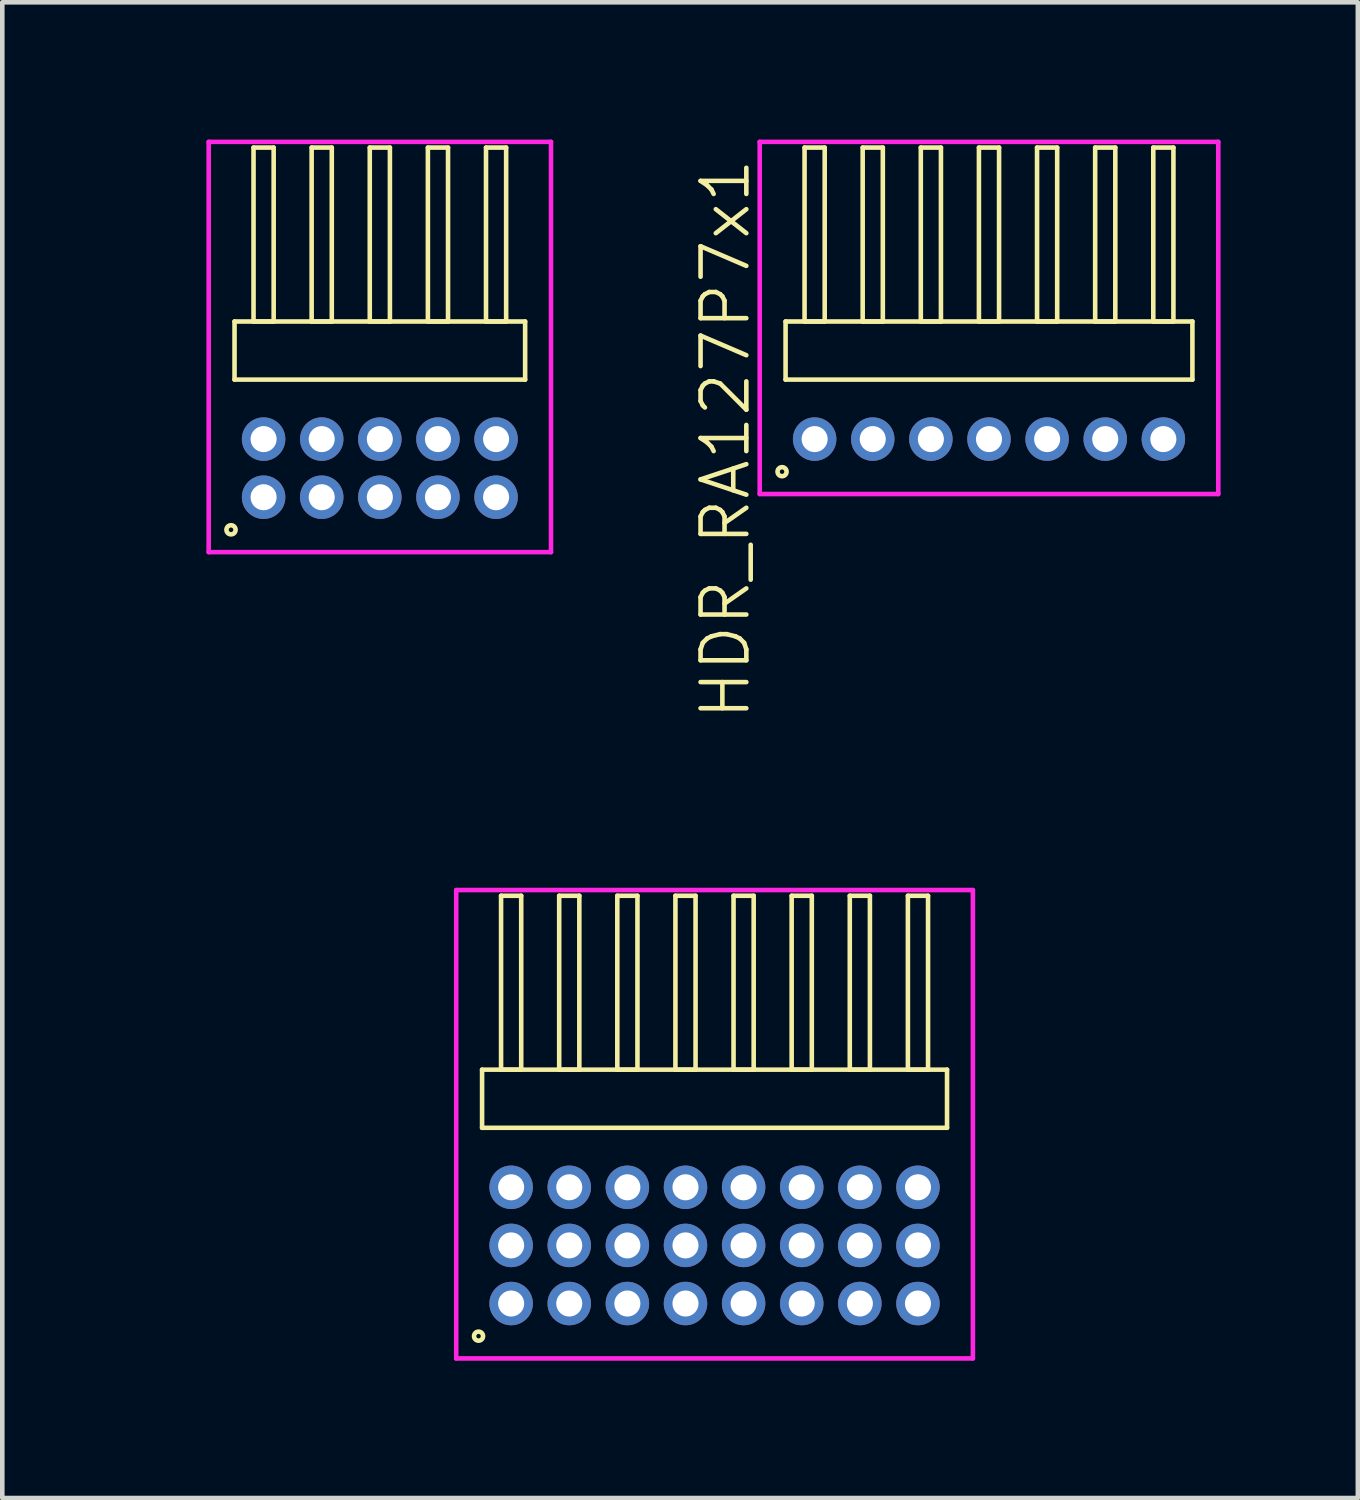
<source format=kicad_pcb>
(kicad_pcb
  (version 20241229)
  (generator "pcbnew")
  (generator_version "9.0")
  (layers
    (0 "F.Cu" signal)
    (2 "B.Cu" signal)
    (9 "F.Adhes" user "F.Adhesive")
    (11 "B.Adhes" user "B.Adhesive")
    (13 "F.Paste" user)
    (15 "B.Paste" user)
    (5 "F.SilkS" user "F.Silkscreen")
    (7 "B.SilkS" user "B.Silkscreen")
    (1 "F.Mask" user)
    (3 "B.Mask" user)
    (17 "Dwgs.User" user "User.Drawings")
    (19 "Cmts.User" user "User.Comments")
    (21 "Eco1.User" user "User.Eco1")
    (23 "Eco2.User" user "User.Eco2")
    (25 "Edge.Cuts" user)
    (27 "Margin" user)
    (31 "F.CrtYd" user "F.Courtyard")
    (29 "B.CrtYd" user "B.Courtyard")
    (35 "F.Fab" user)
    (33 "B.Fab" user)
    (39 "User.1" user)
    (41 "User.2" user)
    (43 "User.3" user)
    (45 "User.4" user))
  (footprint "HDR_RA127P8x3"
    (layer "F.Cu")
    (at 12.564 24.164)
    (property "Reference" "HDR_RA127P8x3" (at -6.395 0 0) (layer "User.1") (effects (font (size 1 1) (thickness 0.1))))
    (attr through_hole)
    (fp_line (start -5.08 -3.84) (end -5.08 -2.57) (stroke (width 0.1) (type solid)) (layer "F.SilkS"))
    (fp_line (start -5.08 -2.57) (end 5.08 -2.57) (stroke (width 0.1) (type solid)) (layer "F.SilkS"))
    (fp_line (start -4.665 -7.64) (end -4.665 -3.84) (stroke (width 0.1) (type solid)) (layer "F.SilkS"))
    (fp_line (start -4.665 -3.84) (end -4.225 -3.84) (stroke (width 0.1) (type solid)) (layer "F.SilkS"))
    (fp_line (start -4.225 -7.64) (end -4.665 -7.64) (stroke (width 0.1) (type solid)) (layer "F.SilkS"))
    (fp_line (start -4.225 -3.84) (end -4.225 -7.64) (stroke (width 0.1) (type solid)) (layer "F.SilkS"))
    (fp_line (start -3.395 -7.64) (end -3.395 -3.84) (stroke (width 0.1) (type solid)) (layer "F.SilkS"))
    (fp_line (start -3.395 -3.84) (end -2.955 -3.84) (stroke (width 0.1) (type solid)) (layer "F.SilkS"))
    (fp_line (start -2.955 -7.64) (end -3.395 -7.64) (stroke (width 0.1) (type solid)) (layer "F.SilkS"))
    (fp_line (start -2.955 -3.84) (end -2.955 -7.64) (stroke (width 0.1) (type solid)) (layer "F.SilkS"))
    (fp_line (start -2.125 -7.64) (end -2.125 -3.84) (stroke (width 0.1) (type solid)) (layer "F.SilkS"))
    (fp_line (start -2.125 -3.84) (end -1.685 -3.84) (stroke (width 0.1) (type solid)) (layer "F.SilkS"))
    (fp_line (start -1.685 -7.64) (end -2.125 -7.64) (stroke (width 0.1) (type solid)) (layer "F.SilkS"))
    (fp_line (start -1.685 -3.84) (end -1.685 -7.64) (stroke (width 0.1) (type solid)) (layer "F.SilkS"))
    (fp_line (start -0.855 -7.64) (end -0.855 -3.84) (stroke (width 0.1) (type solid)) (layer "F.SilkS"))
    (fp_line (start -0.855 -3.84) (end -0.415 -3.84) (stroke (width 0.1) (type solid)) (layer "F.SilkS"))
    (fp_line (start -0.415 -7.64) (end -0.855 -7.64) (stroke (width 0.1) (type solid)) (layer "F.SilkS"))
    (fp_line (start -0.415 -3.84) (end -0.415 -7.64) (stroke (width 0.1) (type solid)) (layer "F.SilkS"))
    (fp_line (start 0.415 -7.64) (end 0.415 -3.84) (stroke (width 0.1) (type solid)) (layer "F.SilkS"))
    (fp_line (start 0.415 -3.84) (end 0.855 -3.84) (stroke (width 0.1) (type solid)) (layer "F.SilkS"))
    (fp_line (start 0.855 -7.64) (end 0.415 -7.64) (stroke (width 0.1) (type solid)) (layer "F.SilkS"))
    (fp_line (start 0.855 -3.84) (end 0.855 -7.64) (stroke (width 0.1) (type solid)) (layer "F.SilkS"))
    (fp_line (start 1.685 -7.64) (end 1.685 -3.84) (stroke (width 0.1) (type solid)) (layer "F.SilkS"))
    (fp_line (start 1.685 -3.84) (end 2.125 -3.84) (stroke (width 0.1) (type solid)) (layer "F.SilkS"))
    (fp_line (start 2.125 -7.64) (end 1.685 -7.64) (stroke (width 0.1) (type solid)) (layer "F.SilkS"))
    (fp_line (start 2.125 -3.84) (end 2.125 -7.64) (stroke (width 0.1) (type solid)) (layer "F.SilkS"))
    (fp_line (start 2.955 -7.64) (end 2.955 -3.84) (stroke (width 0.1) (type solid)) (layer "F.SilkS"))
    (fp_line (start 2.955 -3.84) (end 3.395 -3.84) (stroke (width 0.1) (type solid)) (layer "F.SilkS"))
    (fp_line (start 3.395 -7.64) (end 2.955 -7.64) (stroke (width 0.1) (type solid)) (layer "F.SilkS"))
    (fp_line (start 3.395 -3.84) (end 3.395 -7.64) (stroke (width 0.1) (type solid)) (layer "F.SilkS"))
    (fp_line (start 4.225 -7.64) (end 4.225 -3.84) (stroke (width 0.1) (type solid)) (layer "F.SilkS"))
    (fp_line (start 4.225 -3.84) (end 4.665 -3.84) (stroke (width 0.1) (type solid)) (layer "F.SilkS"))
    (fp_line (start 4.665 -7.64) (end 4.225 -7.64) (stroke (width 0.1) (type solid)) (layer "F.SilkS"))
    (fp_line (start 4.665 -3.84) (end 4.665 -7.64) (stroke (width 0.1) (type solid)) (layer "F.SilkS"))
    (fp_line (start 5.08 -3.84) (end -5.08 -3.84) (stroke (width 0.1) (type solid)) (layer "F.SilkS"))
    (fp_line (start 5.08 -2.57) (end 5.08 -3.84) (stroke (width 0.1) (type solid)) (layer "F.SilkS"))
    (fp_circle (center -5.157 1.983) (end -5.058 1.983) (stroke (width 0.1) (type solid)) (fill no) (layer "F.SilkS"))
    (fp_line (start -5.645 -7.765) (end -5.645 2.47) (stroke (width 0.1) (type solid)) (layer "F.CrtYd"))
    (fp_line (start -5.645 2.47) (end 5.645 2.47) (stroke (width 0.1) (type solid)) (layer "F.CrtYd"))
    (fp_line (start 5.645 -7.765) (end -5.645 -7.765) (stroke (width 0.1) (type solid)) (layer "F.CrtYd"))
    (fp_line (start 5.645 2.47) (end 5.645 -7.765) (stroke (width 0.1) (type solid)) (layer "F.CrtYd"))
    (pad "1" thru_hole oval (at -4.445 1.27) (size 0.95 0.95) (drill 0.57) (layers "*.Cu" "*.Mask"))
    (pad "2" thru_hole oval (at -4.445 0) (size 0.95 0.95) (drill 0.57) (layers "*.Cu" "*.Mask"))
    (pad "3" thru_hole oval (at -4.445 -1.27) (size 0.95 0.95) (drill 0.57) (layers "*.Cu" "*.Mask"))
    (pad "4" thru_hole oval (at -3.175 1.27) (size 0.95 0.95) (drill 0.57) (layers "*.Cu" "*.Mask"))
    (pad "5" thru_hole oval (at -3.175 0) (size 0.95 0.95) (drill 0.57) (layers "*.Cu" "*.Mask"))
    (pad "6" thru_hole oval (at -3.175 -1.27) (size 0.95 0.95) (drill 0.57) (layers "*.Cu" "*.Mask"))
    (pad "7" thru_hole oval (at -1.905 1.27) (size 0.95 0.95) (drill 0.57) (layers "*.Cu" "*.Mask"))
    (pad "8" thru_hole oval (at -1.905 0) (size 0.95 0.95) (drill 0.57) (layers "*.Cu" "*.Mask"))
    (pad "9" thru_hole oval (at -1.905 -1.27) (size 0.95 0.95) (drill 0.57) (layers "*.Cu" "*.Mask"))
    (pad "10" thru_hole oval (at -0.635 1.27) (size 0.95 0.95) (drill 0.57) (layers "*.Cu" "*.Mask"))
    (pad "11" thru_hole oval (at -0.635 0) (size 0.95 0.95) (drill 0.57) (layers "*.Cu" "*.Mask"))
    (pad "12" thru_hole oval (at -0.635 -1.27) (size 0.95 0.95) (drill 0.57) (layers "*.Cu" "*.Mask"))
    (pad "13" thru_hole oval (at 0.635 1.27) (size 0.95 0.95) (drill 0.57) (layers "*.Cu" "*.Mask"))
    (pad "14" thru_hole oval (at 0.635 0) (size 0.95 0.95) (drill 0.57) (layers "*.Cu" "*.Mask"))
    (pad "15" thru_hole oval (at 0.635 -1.27) (size 0.95 0.95) (drill 0.57) (layers "*.Cu" "*.Mask"))
    (pad "16" thru_hole oval (at 1.905 1.27) (size 0.95 0.95) (drill 0.57) (layers "*.Cu" "*.Mask"))
    (pad "17" thru_hole oval (at 1.905 0) (size 0.95 0.95) (drill 0.57) (layers "*.Cu" "*.Mask"))
    (pad "18" thru_hole oval (at 1.905 -1.27) (size 0.95 0.95) (drill 0.57) (layers "*.Cu" "*.Mask"))
    (pad "19" thru_hole oval (at 3.175 1.27) (size 0.95 0.95) (drill 0.57) (layers "*.Cu" "*.Mask"))
    (pad "20" thru_hole oval (at 3.175 0) (size 0.95 0.95) (drill 0.57) (layers "*.Cu" "*.Mask"))
    (pad "21" thru_hole oval (at 3.175 -1.27) (size 0.95 0.95) (drill 0.57) (layers "*.Cu" "*.Mask"))
    (pad "22" thru_hole oval (at 4.445 1.27) (size 0.95 0.95) (drill 0.57) (layers "*.Cu" "*.Mask"))
    (pad "23" thru_hole oval (at 4.445 0) (size 0.95 0.95) (drill 0.57) (layers "*.Cu" "*.Mask"))
    (pad "24" thru_hole oval (at 4.445 -1.27) (size 0.95 0.95) (drill 0.57) (layers "*.Cu" "*.Mask")))
  (footprint "HDR_RA127P7x1"
    (layer "F.Cu")
    (at 18.561 6.545)
    (property "Reference" "HDR_RA127P7x1" (at -5.76 0 90) (layer "F.SilkS") (effects (font (size 1 1) (thickness 0.1))))
    (attr through_hole)
    (fp_line (start -4.445 -2.57) (end -4.445 -1.3) (stroke (width 0.1) (type solid)) (layer "F.SilkS"))
    (fp_line (start -4.445 -1.3) (end 4.445 -1.3) (stroke (width 0.1) (type solid)) (layer "F.SilkS"))
    (fp_line (start -4.03 -6.37) (end -4.03 -2.57) (stroke (width 0.1) (type solid)) (layer "F.SilkS"))
    (fp_line (start -4.03 -2.57) (end -3.59 -2.57) (stroke (width 0.1) (type solid)) (layer "F.SilkS"))
    (fp_line (start -3.59 -6.37) (end -4.03 -6.37) (stroke (width 0.1) (type solid)) (layer "F.SilkS"))
    (fp_line (start -3.59 -2.57) (end -3.59 -6.37) (stroke (width 0.1) (type solid)) (layer "F.SilkS"))
    (fp_line (start -2.76 -6.37) (end -2.76 -2.57) (stroke (width 0.1) (type solid)) (layer "F.SilkS"))
    (fp_line (start -2.76 -2.57) (end -2.32 -2.57) (stroke (width 0.1) (type solid)) (layer "F.SilkS"))
    (fp_line (start -2.32 -6.37) (end -2.76 -6.37) (stroke (width 0.1) (type solid)) (layer "F.SilkS"))
    (fp_line (start -2.32 -2.57) (end -2.32 -6.37) (stroke (width 0.1) (type solid)) (layer "F.SilkS"))
    (fp_line (start -1.49 -6.37) (end -1.49 -2.57) (stroke (width 0.1) (type solid)) (layer "F.SilkS"))
    (fp_line (start -1.49 -2.57) (end -1.05 -2.57) (stroke (width 0.1) (type solid)) (layer "F.SilkS"))
    (fp_line (start -1.05 -6.37) (end -1.49 -6.37) (stroke (width 0.1) (type solid)) (layer "F.SilkS"))
    (fp_line (start -1.05 -2.57) (end -1.05 -6.37) (stroke (width 0.1) (type solid)) (layer "F.SilkS"))
    (fp_line (start -0.22 -6.37) (end -0.22 -2.57) (stroke (width 0.1) (type solid)) (layer "F.SilkS"))
    (fp_line (start -0.22 -2.57) (end 0.22 -2.57) (stroke (width 0.1) (type solid)) (layer "F.SilkS"))
    (fp_line (start 0.22 -6.37) (end -0.22 -6.37) (stroke (width 0.1) (type solid)) (layer "F.SilkS"))
    (fp_line (start 0.22 -2.57) (end 0.22 -6.37) (stroke (width 0.1) (type solid)) (layer "F.SilkS"))
    (fp_line (start 1.05 -6.37) (end 1.05 -2.57) (stroke (width 0.1) (type solid)) (layer "F.SilkS"))
    (fp_line (start 1.05 -2.57) (end 1.49 -2.57) (stroke (width 0.1) (type solid)) (layer "F.SilkS"))
    (fp_line (start 1.49 -6.37) (end 1.05 -6.37) (stroke (width 0.1) (type solid)) (layer "F.SilkS"))
    (fp_line (start 1.49 -2.57) (end 1.49 -6.37) (stroke (width 0.1) (type solid)) (layer "F.SilkS"))
    (fp_line (start 2.32 -6.37) (end 2.32 -2.57) (stroke (width 0.1) (type solid)) (layer "F.SilkS"))
    (fp_line (start 2.32 -2.57) (end 2.76 -2.57) (stroke (width 0.1) (type solid)) (layer "F.SilkS"))
    (fp_line (start 2.76 -6.37) (end 2.32 -6.37) (stroke (width 0.1) (type solid)) (layer "F.SilkS"))
    (fp_line (start 2.76 -2.57) (end 2.76 -6.37) (stroke (width 0.1) (type solid)) (layer "F.SilkS"))
    (fp_line (start 3.59 -6.37) (end 3.59 -2.57) (stroke (width 0.1) (type solid)) (layer "F.SilkS"))
    (fp_line (start 3.59 -2.57) (end 4.03 -2.57) (stroke (width 0.1) (type solid)) (layer "F.SilkS"))
    (fp_line (start 4.03 -6.37) (end 3.59 -6.37) (stroke (width 0.1) (type solid)) (layer "F.SilkS"))
    (fp_line (start 4.03 -2.57) (end 4.03 -6.37) (stroke (width 0.1) (type solid)) (layer "F.SilkS"))
    (fp_line (start 4.445 -2.57) (end -4.445 -2.57) (stroke (width 0.1) (type solid)) (layer "F.SilkS"))
    (fp_line (start 4.445 -1.3) (end 4.445 -2.57) (stroke (width 0.1) (type solid)) (layer "F.SilkS"))
    (fp_circle (center -4.522 0.712) (end -4.423 0.712) (stroke (width 0.1) (type solid)) (fill no) (layer "F.SilkS"))
    (fp_line (start -5.01 -6.495) (end -5.01 1.2) (stroke (width 0.1) (type solid)) (layer "F.CrtYd"))
    (fp_line (start -5.01 1.2) (end 5.01 1.2) (stroke (width 0.1) (type solid)) (layer "F.CrtYd"))
    (fp_line (start 5.01 -6.495) (end -5.01 -6.495) (stroke (width 0.1) (type solid)) (layer "F.CrtYd"))
    (fp_line (start 5.01 1.2) (end 5.01 -6.495) (stroke (width 0.1) (type solid)) (layer "F.CrtYd"))
    (pad "1" thru_hole oval (at -3.81 0) (size 0.95 0.95) (drill 0.57) (layers "*.Cu" "*.Mask"))
    (pad "2" thru_hole oval (at -2.54 0) (size 0.95 0.95) (drill 0.57) (layers "*.Cu" "*.Mask"))
    (pad "3" thru_hole oval (at -1.27 0) (size 0.95 0.95) (drill 0.57) (layers "*.Cu" "*.Mask"))
    (pad "4" thru_hole oval (at 0 0) (size 0.95 0.95) (drill 0.57) (layers "*.Cu" "*.Mask"))
    (pad "5" thru_hole oval (at 1.27 0) (size 0.95 0.95) (drill 0.57) (layers "*.Cu" "*.Mask"))
    (pad "6" thru_hole oval (at 2.54 0) (size 0.95 0.95) (drill 0.57) (layers "*.Cu" "*.Mask"))
    (pad "7" thru_hole oval (at 3.81 0) (size 0.95 0.95) (drill 0.57) (layers "*.Cu" "*.Mask")))
  (footprint "HDR_RA127P5x2"
    (layer "F.Cu")
    (at 5.25 7.18)
    (property "Reference" "HDR_RA127P5x2" (at -4.49 0 90) (layer "User.1") (effects (font (size 1 1) (thickness 0.1))))
    (attr through_hole)
    (fp_line (start -3.175 -3.205) (end -3.175 -1.935) (stroke (width 0.1) (type solid)) (layer "F.SilkS"))
    (fp_line (start -3.175 -1.935) (end 3.175 -1.935) (stroke (width 0.1) (type solid)) (layer "F.SilkS"))
    (fp_line (start -2.76 -7.005) (end -2.76 -3.205) (stroke (width 0.1) (type solid)) (layer "F.SilkS"))
    (fp_line (start -2.76 -3.205) (end -2.32 -3.205) (stroke (width 0.1) (type solid)) (layer "F.SilkS"))
    (fp_line (start -2.32 -7.005) (end -2.76 -7.005) (stroke (width 0.1) (type solid)) (layer "F.SilkS"))
    (fp_line (start -2.32 -3.205) (end -2.32 -7.005) (stroke (width 0.1) (type solid)) (layer "F.SilkS"))
    (fp_line (start -1.49 -7.005) (end -1.49 -3.205) (stroke (width 0.1) (type solid)) (layer "F.SilkS"))
    (fp_line (start -1.49 -3.205) (end -1.05 -3.205) (stroke (width 0.1) (type solid)) (layer "F.SilkS"))
    (fp_line (start -1.05 -7.005) (end -1.49 -7.005) (stroke (width 0.1) (type solid)) (layer "F.SilkS"))
    (fp_line (start -1.05 -3.205) (end -1.05 -7.005) (stroke (width 0.1) (type solid)) (layer "F.SilkS"))
    (fp_line (start -0.22 -7.005) (end -0.22 -3.205) (stroke (width 0.1) (type solid)) (layer "F.SilkS"))
    (fp_line (start -0.22 -3.205) (end 0.22 -3.205) (stroke (width 0.1) (type solid)) (layer "F.SilkS"))
    (fp_line (start 0.22 -7.005) (end -0.22 -7.005) (stroke (width 0.1) (type solid)) (layer "F.SilkS"))
    (fp_line (start 0.22 -3.205) (end 0.22 -7.005) (stroke (width 0.1) (type solid)) (layer "F.SilkS"))
    (fp_line (start 1.05 -7.005) (end 1.05 -3.205) (stroke (width 0.1) (type solid)) (layer "F.SilkS"))
    (fp_line (start 1.05 -3.205) (end 1.49 -3.205) (stroke (width 0.1) (type solid)) (layer "F.SilkS"))
    (fp_line (start 1.49 -7.005) (end 1.05 -7.005) (stroke (width 0.1) (type solid)) (layer "F.SilkS"))
    (fp_line (start 1.49 -3.205) (end 1.49 -7.005) (stroke (width 0.1) (type solid)) (layer "F.SilkS"))
    (fp_line (start 2.32 -7.005) (end 2.32 -3.205) (stroke (width 0.1) (type solid)) (layer "F.SilkS"))
    (fp_line (start 2.32 -3.205) (end 2.76 -3.205) (stroke (width 0.1) (type solid)) (layer "F.SilkS"))
    (fp_line (start 2.76 -7.005) (end 2.32 -7.005) (stroke (width 0.1) (type solid)) (layer "F.SilkS"))
    (fp_line (start 2.76 -3.205) (end 2.76 -7.005) (stroke (width 0.1) (type solid)) (layer "F.SilkS"))
    (fp_line (start 3.175 -3.205) (end -3.175 -3.205) (stroke (width 0.1) (type solid)) (layer "F.SilkS"))
    (fp_line (start 3.175 -1.935) (end 3.175 -3.205) (stroke (width 0.1) (type solid)) (layer "F.SilkS"))
    (fp_circle (center -3.252 1.347) (end -3.152 1.347) (stroke (width 0.1) (type solid)) (fill no) (layer "F.SilkS"))
    (fp_line (start -3.74 -7.13) (end -3.74 1.835) (stroke (width 0.1) (type solid)) (layer "F.CrtYd"))
    (fp_line (start -3.74 1.835) (end 3.74 1.835) (stroke (width 0.1) (type solid)) (layer "F.CrtYd"))
    (fp_line (start 3.74 -7.13) (end -3.74 -7.13) (stroke (width 0.1) (type solid)) (layer "F.CrtYd"))
    (fp_line (start 3.74 1.835) (end 3.74 -7.13) (stroke (width 0.1) (type solid)) (layer "F.CrtYd"))
    (pad "1" thru_hole oval (at -2.54 0.635) (size 0.95 0.95) (drill 0.57) (layers "*.Cu" "*.Mask"))
    (pad "2" thru_hole oval (at -2.54 -0.635) (size 0.95 0.95) (drill 0.57) (layers "*.Cu" "*.Mask"))
    (pad "3" thru_hole oval (at -1.27 0.635) (size 0.95 0.95) (drill 0.57) (layers "*.Cu" "*.Mask"))
    (pad "4" thru_hole oval (at -1.27 -0.635) (size 0.95 0.95) (drill 0.57) (layers "*.Cu" "*.Mask"))
    (pad "5" thru_hole oval (at 0 0.635) (size 0.95 0.95) (drill 0.57) (layers "*.Cu" "*.Mask"))
    (pad "6" thru_hole oval (at 0 -0.635) (size 0.95 0.95) (drill 0.57) (layers "*.Cu" "*.Mask"))
    (pad "7" thru_hole oval (at 1.27 0.635) (size 0.95 0.95) (drill 0.57) (layers "*.Cu" "*.Mask"))
    (pad "8" thru_hole oval (at 1.27 -0.635) (size 0.95 0.95) (drill 0.57) (layers "*.Cu" "*.Mask"))
    (pad "9" thru_hole oval (at 2.54 0.635) (size 0.95 0.95) (drill 0.57) (layers "*.Cu" "*.Mask"))
    (pad "10" thru_hole oval (at 2.54 -0.635) (size 0.95 0.95) (drill 0.57) (layers "*.Cu" "*.Mask")))
  (gr_rect
    (start -3 -3)
    (end 26.621 29.684)
    (stroke (width 0.1) (type default))
    (fill no)
    (layer "Edge.Cuts")))
</source>
